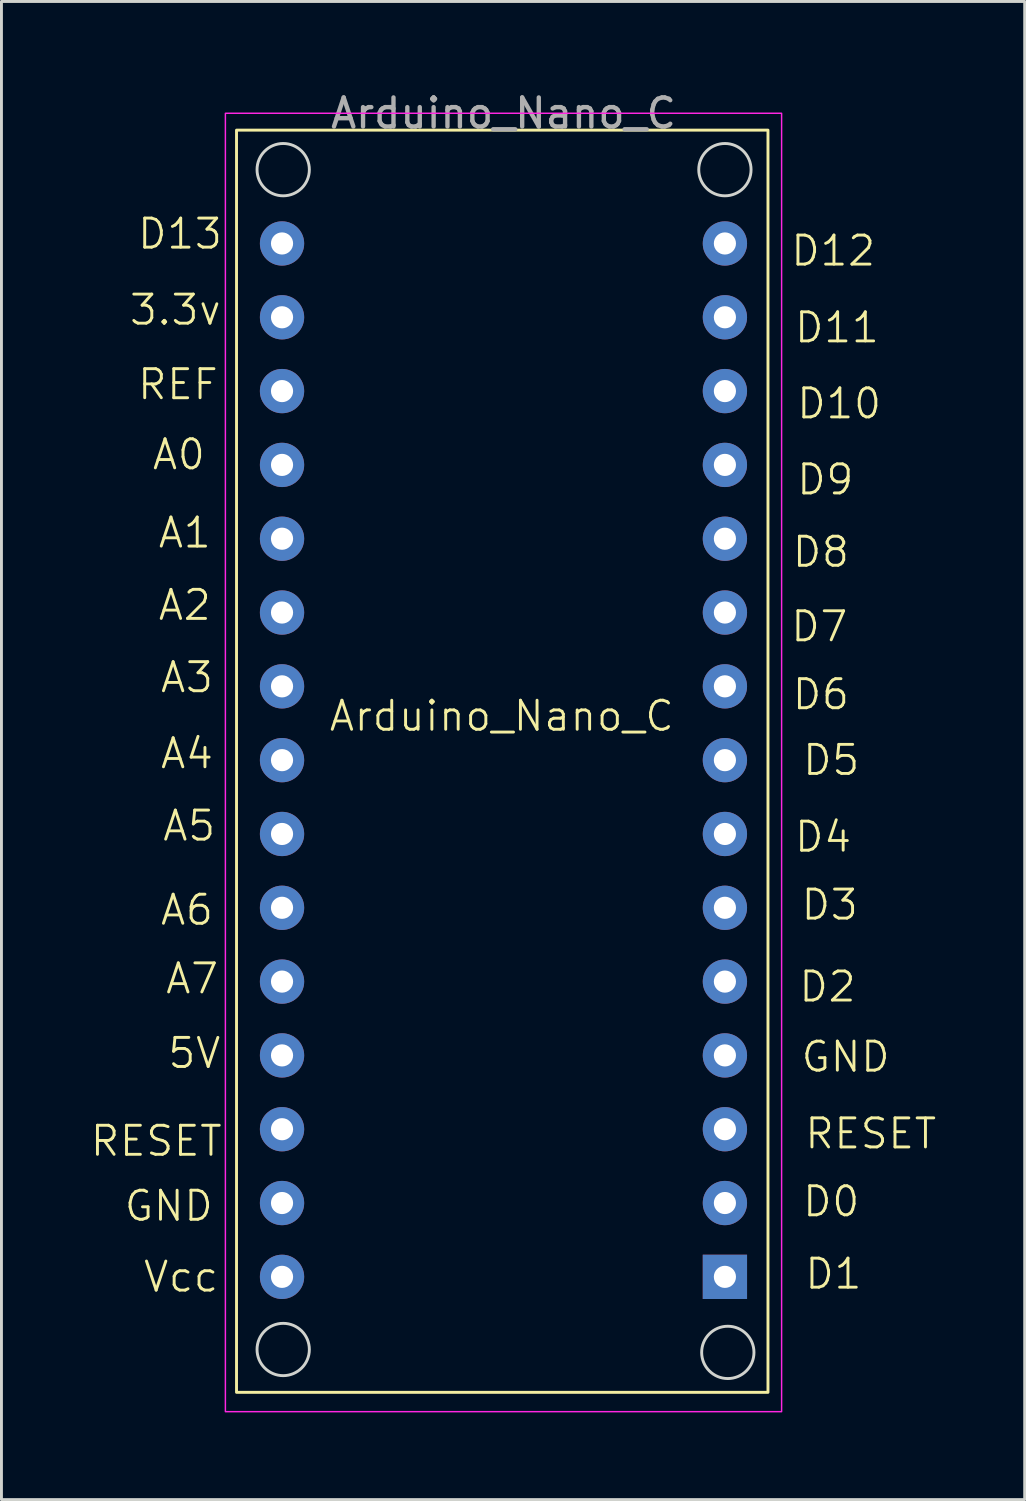
<source format=kicad_pcb>
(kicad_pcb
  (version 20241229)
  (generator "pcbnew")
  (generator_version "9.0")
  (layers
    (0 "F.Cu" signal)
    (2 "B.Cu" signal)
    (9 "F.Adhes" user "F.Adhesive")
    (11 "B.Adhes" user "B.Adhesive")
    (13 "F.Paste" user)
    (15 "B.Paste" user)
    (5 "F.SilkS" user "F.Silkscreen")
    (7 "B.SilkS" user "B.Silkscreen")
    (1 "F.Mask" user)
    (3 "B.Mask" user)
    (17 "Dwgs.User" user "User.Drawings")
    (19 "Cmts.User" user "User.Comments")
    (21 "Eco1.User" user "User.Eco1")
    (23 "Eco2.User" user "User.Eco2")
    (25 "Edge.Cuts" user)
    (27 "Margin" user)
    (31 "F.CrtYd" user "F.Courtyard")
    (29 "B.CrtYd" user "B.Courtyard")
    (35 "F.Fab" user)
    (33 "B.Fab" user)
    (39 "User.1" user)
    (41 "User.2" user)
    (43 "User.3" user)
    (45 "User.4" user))
  (footprint "Arduino_Nano_C"
    (layer "F.Cu")
    (at 14.106 21.748)
    (property "Reference" "Arduino_Nano_C" (at 0.11 -0.16 0) (unlocked yes) (layer "F.SilkS") (effects (font (size 1 1) (thickness 0.1))))
    (attr through_hole)
    (fp_rect (start -9.017 -20.32) (end 9.271 23.114) (stroke (width 0.1) (type default)) (fill no) (layer "F.SilkS"))
    (fp_circle (center -7.411 -18.96) (end -6.511 -18.96) (stroke (width 0.1) (type default)) (fill no) (layer "Edge.Cuts"))
    (fp_circle (center -7.411 21.64) (end -6.511 21.64) (stroke (width 0.1) (type default)) (fill no) (layer "Edge.Cuts"))
    (fp_circle (center 7.789 -18.96) (end 8.689 -18.96) (stroke (width 0.1) (type solid)) (fill no) (layer "Edge.Cuts"))
    (fp_circle (center 7.889 21.74) (end 8.789 21.74) (stroke (width 0.1) (type default)) (fill no) (layer "Edge.Cuts"))
    (fp_rect (start -9.4 -20.9) (end 9.74 23.78) (stroke (width 0.05) (type default)) (fill no) (layer "F.CrtYd"))
    (fp_text user "GND" (at -12.937 17.286 0) (unlocked yes) (layer "F.SilkS") (effects (font (size 1 1) (thickness 0.1)) (justify left bottom)))
    (fp_text user "A0" (at -11.972 -8.571 0) (unlocked yes) (layer "F.SilkS") (effects (font (size 1 1) (thickness 0.1)) (justify left bottom)))
    (fp_text user "A6" (at -11.693 7.1 0) (unlocked yes) (layer "F.SilkS") (effects (font (size 1 1) (thickness 0.1)) (justify left bottom)))
    (fp_text user "D4" (at 10.126 4.586 0) (unlocked yes) (layer "F.SilkS") (effects (font (size 1 1) (thickness 0.1)) (justify left bottom)))
    (fp_text user "D12" (at 9.999 -15.582 0) (unlocked yes) (layer "F.SilkS") (effects (font (size 1 1) (thickness 0.1)) (justify left bottom)))
    (fp_text user "D7" (at 9.999 -2.653 0) (unlocked yes) (layer "F.SilkS") (effects (font (size 1 1) (thickness 0.1)) (justify left bottom)))
    (fp_text user "A3" (at -11.693 -0.901 0) (unlocked yes) (layer "F.SilkS") (effects (font (size 1 1) (thickness 0.1)) (justify left bottom)))
    (fp_text user "A1" (at -11.769 -5.879 0) (unlocked yes) (layer "F.SilkS") (effects (font (size 1 1) (thickness 0.1)) (justify left bottom)))
    (fp_text user "D9" (at 10.202 -7.708 0) (unlocked yes) (layer "F.SilkS") (effects (font (size 1 1) (thickness 0.1)) (justify left bottom)))
    (fp_text user "A7" (at -11.515 9.463 0) (unlocked yes) (layer "F.SilkS") (effects (font (size 1 1) (thickness 0.1)) (justify left bottom)))
    (fp_text user "D3" (at 10.354 6.923 0) (unlocked yes) (layer "F.SilkS") (effects (font (size 1 1) (thickness 0.1)) (justify left bottom)))
    (fp_text user "RESET" (at -14.106 15.051 0) (unlocked yes) (layer "F.SilkS") (effects (font (size 1 1) (thickness 0.1)) (justify left bottom)))
    (fp_text user "D0" (at 10.405 17.133 0) (unlocked yes) (layer "F.SilkS") (effects (font (size 1 1) (thickness 0.1)) (justify left bottom)))
    (fp_text user "GND" (at 10.354 12.155 0) (unlocked yes) (layer "F.SilkS") (effects (font (size 1 1) (thickness 0.1)) (justify left bottom)))
    (fp_text user "A4" (at -11.693 1.716 0) (unlocked yes) (layer "F.SilkS") (effects (font (size 1 1) (thickness 0.1)) (justify left bottom)))
    (fp_text user "D2" (at 10.278 9.742 0) (unlocked yes) (layer "F.SilkS") (effects (font (size 1 1) (thickness 0.1)) (justify left bottom)))
    (fp_text user "D13" (at -12.48 -16.166 0) (unlocked yes) (layer "F.SilkS") (effects (font (size 1 1) (thickness 0.1)) (justify left bottom)))
    (fp_text user "Vcc" (at -12.277 19.724 0) (unlocked yes) (layer "F.SilkS") (effects (font (size 1 1) (thickness 0.1)) (justify left bottom)))
    (fp_text user "D5" (at 10.405 1.944 0) (unlocked yes) (layer "F.SilkS") (effects (font (size 1 1) (thickness 0.1)) (justify left bottom)))
    (fp_text user "D1" (at 10.481 19.623 0) (unlocked yes) (layer "F.SilkS") (effects (font (size 1 1) (thickness 0.1)) (justify left bottom)))
    (fp_text user "A5" (at -11.617 4.205 0) (unlocked yes) (layer "F.SilkS") (effects (font (size 1 1) (thickness 0.1)) (justify left bottom)))
    (fp_text user "RESET" (at 10.481 14.797 0) (unlocked yes) (layer "F.SilkS") (effects (font (size 1 1) (thickness 0.1)) (justify left bottom)))
    (fp_text user "3.3v" (at -12.76 -13.55 0) (unlocked yes) (layer "F.SilkS") (effects (font (size 1 1) (thickness 0.1)) (justify left bottom)))
    (fp_text user "5V" (at -11.439 12.028 0) (unlocked yes) (layer "F.SilkS") (effects (font (size 1 1) (thickness 0.1)) (justify left bottom)))
    (fp_text user "A2" (at -11.769 -3.39 0) (unlocked yes) (layer "F.SilkS") (effects (font (size 1 1) (thickness 0.1)) (justify left bottom)))
    (fp_text user "D8" (at 10.05 -5.219 0) (unlocked yes) (layer "F.SilkS") (effects (font (size 1 1) (thickness 0.1)) (justify left bottom)))
    (fp_text user "D6" (at 10.05 -0.316 0) (unlocked yes) (layer "F.SilkS") (effects (font (size 1 1) (thickness 0.1)) (justify left bottom)))
    (fp_text user "D11" (at 10.126 -12.94 0) (unlocked yes) (layer "F.SilkS") (effects (font (size 1 1) (thickness 0.1)) (justify left bottom)))
    (fp_text user "REF" (at -12.48 -10.984 0) (unlocked yes) (layer "F.SilkS") (effects (font (size 1 1) (thickness 0.1)) (justify left bottom)))
    (fp_text user "D10" (at 10.202 -10.324 0) (unlocked yes) (layer "F.SilkS") (effects (font (size 1 1) (thickness 0.1)) (justify left bottom)))
    (fp_text user "${REFERENCE}" (at 0.17 -20.9 0) (unlocked yes) (layer "F.Fab") (effects (font (size 1 1) (thickness 0.15))))
    (pad "1" thru_hole rect (at 7.789 19.14) (size 1.524 1.524) (drill 0.762) (layers "*.Cu" "*.Mask"))
    (pad "2" thru_hole circle (at 7.789 16.6) (size 1.524 1.524) (drill 0.762) (layers "*.Cu" "*.Mask"))
    (pad "3" thru_hole circle (at 7.789 14.06) (size 1.524 1.524) (drill 0.762) (layers "*.Cu" "*.Mask"))
    (pad "4" thru_hole circle (at 7.789 11.52) (size 1.524 1.524) (drill 0.762) (layers "*.Cu" "*.Mask"))
    (pad "5" thru_hole circle (at 7.789 8.98) (size 1.524 1.524) (drill 0.762) (layers "*.Cu" "*.Mask"))
    (pad "6" thru_hole circle (at 7.789 6.44) (size 1.524 1.524) (drill 0.762) (layers "*.Cu" "*.Mask"))
    (pad "7" thru_hole circle (at 7.789 3.9) (size 1.524 1.524) (drill 0.762) (layers "*.Cu" "*.Mask"))
    (pad "8" thru_hole circle (at 7.789 1.36) (size 1.524 1.524) (drill 0.762) (layers "*.Cu" "*.Mask"))
    (pad "9" thru_hole circle (at 7.789 -1.18) (size 1.524 1.524) (drill 0.762) (layers "*.Cu" "*.Mask"))
    (pad "10" thru_hole circle (at 7.789 -3.72) (size 1.524 1.524) (drill 0.762) (layers "*.Cu" "*.Mask"))
    (pad "11" thru_hole circle (at 7.789 -6.26) (size 1.524 1.524) (drill 0.762) (layers "*.Cu" "*.Mask"))
    (pad "12" thru_hole circle (at 7.789 -8.8) (size 1.524 1.524) (drill 0.762) (layers "*.Cu" "*.Mask"))
    (pad "13" thru_hole circle (at 7.789 -11.34) (size 1.524 1.524) (drill 0.762) (layers "*.Cu" "*.Mask"))
    (pad "14" thru_hole circle (at 7.789 -13.88) (size 1.524 1.524) (drill 0.762) (layers "*.Cu" "*.Mask"))
    (pad "15" thru_hole circle (at 7.789 -16.42) (size 1.524 1.524) (drill 0.762) (layers "*.Cu" "*.Mask"))
    (pad "16" thru_hole circle (at -7.451 -16.42) (size 1.524 1.524) (drill 0.762) (layers "*.Cu" "*.Mask"))
    (pad "17" thru_hole circle (at -7.451 -13.88) (size 1.524 1.524) (drill 0.762) (layers "*.Cu" "*.Mask"))
    (pad "18" thru_hole circle (at -7.451 -11.34) (size 1.524 1.524) (drill 0.762) (layers "*.Cu" "*.Mask"))
    (pad "19" thru_hole circle (at -7.451 -8.8) (size 1.524 1.524) (drill 0.762) (layers "*.Cu" "*.Mask"))
    (pad "20" thru_hole circle (at -7.451 -6.26) (size 1.524 1.524) (drill 0.762) (layers "*.Cu" "*.Mask"))
    (pad "21" thru_hole circle (at -7.451 -3.72) (size 1.524 1.524) (drill 0.762) (layers "*.Cu" "*.Mask"))
    (pad "22" thru_hole circle (at -7.451 -1.18) (size 1.524 1.524) (drill 0.762) (layers "*.Cu" "*.Mask"))
    (pad "23" thru_hole circle (at -7.451 1.36) (size 1.524 1.524) (drill 0.762) (layers "*.Cu" "*.Mask"))
    (pad "24" thru_hole circle (at -7.451 3.9) (size 1.524 1.524) (drill 0.762) (layers "*.Cu" "*.Mask"))
    (pad "25" thru_hole circle (at -7.451 6.44) (size 1.524 1.524) (drill 0.762) (layers "*.Cu" "*.Mask"))
    (pad "26" thru_hole circle (at -7.451 8.98) (size 1.524 1.524) (drill 0.762) (layers "*.Cu" "*.Mask"))
    (pad "27" thru_hole circle (at -7.451 11.52) (size 1.524 1.524) (drill 0.762) (layers "*.Cu" "*.Mask"))
    (pad "28" thru_hole circle (at -7.451 14.06) (size 1.524 1.524) (drill 0.762) (layers "*.Cu" "*.Mask"))
    (pad "29" thru_hole circle (at -7.451 16.6) (size 1.524 1.524) (drill 0.762) (layers "*.Cu" "*.Mask"))
    (pad "30" thru_hole circle (at -7.451 19.14) (size 1.524 1.524) (drill 0.762) (layers "*.Cu" "*.Mask")))
  (gr_rect
    (start -3 -3)
    (end 32.211 48.553)
    (stroke (width 0.1) (type default))
    (fill no)
    (layer "Edge.Cuts")))
</source>
